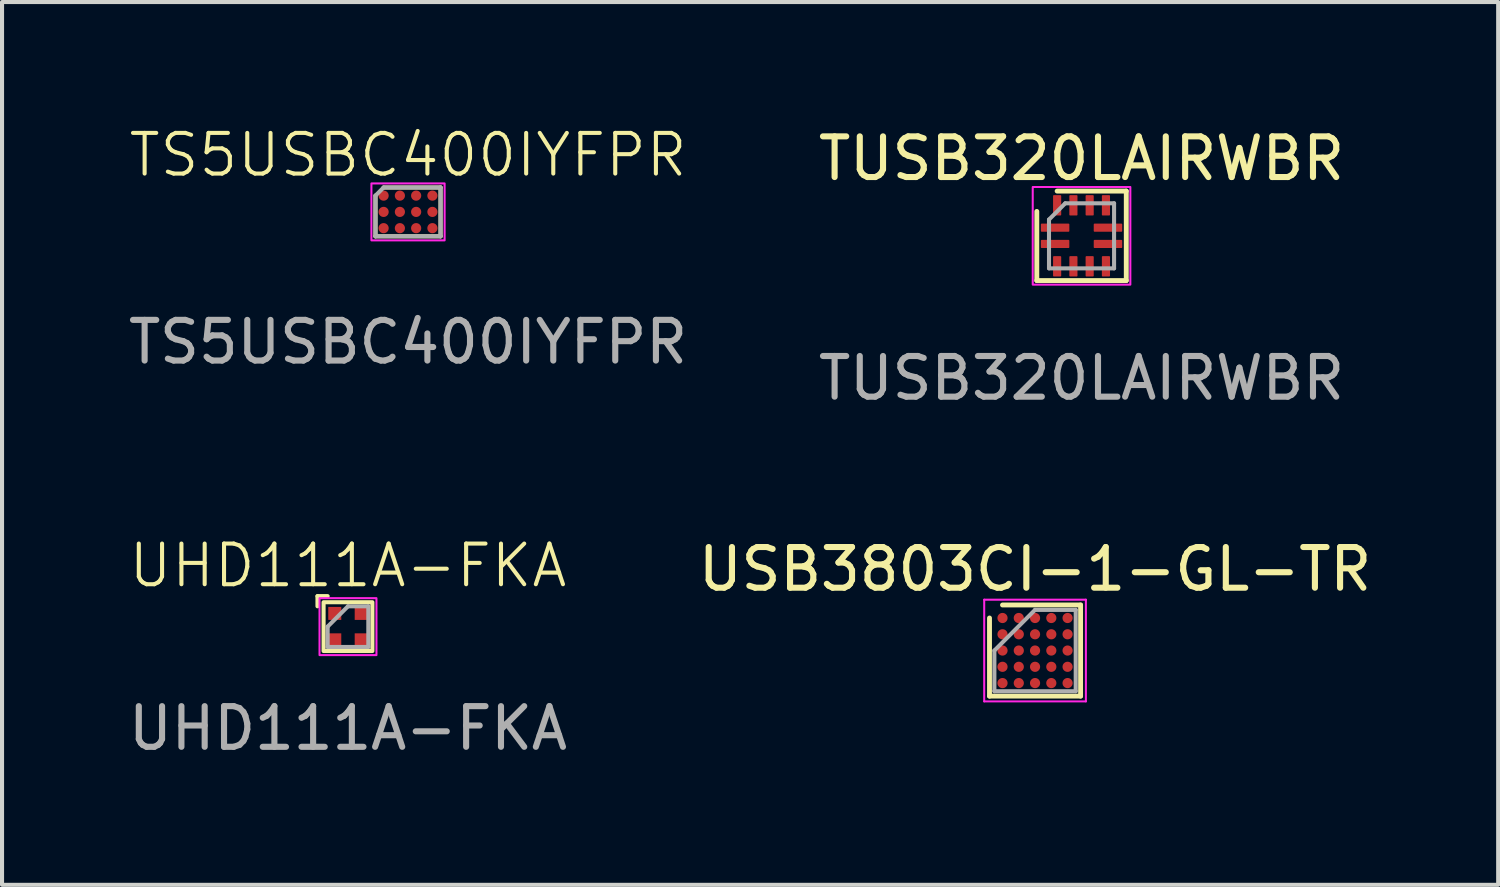
<source format=kicad_pcb>
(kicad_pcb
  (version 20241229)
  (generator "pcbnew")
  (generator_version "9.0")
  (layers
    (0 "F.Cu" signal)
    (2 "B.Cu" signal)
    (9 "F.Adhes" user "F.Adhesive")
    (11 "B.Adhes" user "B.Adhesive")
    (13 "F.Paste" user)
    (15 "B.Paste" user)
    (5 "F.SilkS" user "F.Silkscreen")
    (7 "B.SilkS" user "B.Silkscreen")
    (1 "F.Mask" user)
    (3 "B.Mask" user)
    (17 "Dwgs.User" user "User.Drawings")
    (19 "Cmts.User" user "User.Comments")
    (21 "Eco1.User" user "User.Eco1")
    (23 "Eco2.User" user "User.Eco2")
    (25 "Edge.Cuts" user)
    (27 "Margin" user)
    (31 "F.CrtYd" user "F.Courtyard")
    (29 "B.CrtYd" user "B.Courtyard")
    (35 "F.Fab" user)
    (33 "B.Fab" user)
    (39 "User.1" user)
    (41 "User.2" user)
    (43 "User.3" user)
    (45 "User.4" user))
  (footprint "TUSB320LAIRWBR"
    (layer "F.Cu")
    (at 23.542 2.748)
    (property "Reference" "TUSB320LAIRWBR" (at 0 -1.9 0) (unlocked yes) (layer "F.SilkS") (effects (font (size 1 1) (thickness 0.15))))
    (attr smd)
    (fp_line (start -1.1 -0.6) (end -1.1 1.1) (stroke (width 0.12) (type solid)) (layer "F.SilkS"))
    (fp_line (start -1.1 1.1) (end 1.1 1.1) (stroke (width 0.12) (type solid)) (layer "F.SilkS"))
    (fp_line (start 1.1 -1.1) (end -0.6 -1.1) (stroke (width 0.12) (type solid)) (layer "F.SilkS"))
    (fp_line (start 1.1 1.1) (end 1.1 -1.1) (stroke (width 0.12) (type solid)) (layer "F.SilkS"))
    (fp_rect (start -1.2 -1.2) (end 1.2 1.2) (stroke (width 0.05) (type solid)) (fill no) (layer "F.CrtYd"))
    (fp_line (start -0.8 -0.4) (end -0.8 0.8) (stroke (width 0.1) (type solid)) (layer "F.Fab"))
    (fp_line (start -0.8 0.8) (end 0.8 0.8) (stroke (width 0.1) (type solid)) (layer "F.Fab"))
    (fp_line (start -0.4 -0.8) (end -0.8 -0.4) (stroke (width 0.1) (type solid)) (layer "F.Fab"))
    (fp_line (start 0.8 -0.8) (end -0.4 -0.8) (stroke (width 0.1) (type solid)) (layer "F.Fab"))
    (fp_line (start 0.8 0.8) (end 0.8 -0.8) (stroke (width 0.1) (type solid)) (layer "F.Fab"))
    (fp_text user "${REFERENCE}" (at 0 3.5 0) (unlocked yes) (layer "F.Fab") (effects (font (size 1 1) (thickness 0.15))))
    (pad "1" smd roundrect (at -0.65 -0.2 180) (size 0.7 0.2) (layers "F.Cu" "F.Mask" "F.Paste") (roundrect_rratio 0.1))
    (pad "2" smd roundrect (at -0.65 0.2 180) (size 0.7 0.2) (layers "F.Cu" "F.Mask" "F.Paste") (roundrect_rratio 0.1))
    (pad "3" smd roundrect (at -0.6 0.75 180) (size 0.2 0.5) (layers "F.Cu" "F.Mask" "F.Paste") (roundrect_rratio 0.1))
    (pad "4" smd roundrect (at -0.2 0.75 180) (size 0.2 0.5) (layers "F.Cu" "F.Mask" "F.Paste") (roundrect_rratio 0.1))
    (pad "5" smd roundrect (at 0.2 0.75 180) (size 0.2 0.5) (layers "F.Cu" "F.Mask" "F.Paste") (roundrect_rratio 0.1))
    (pad "6" smd roundrect (at 0.6 0.75 180) (size 0.2 0.5) (layers "F.Cu" "F.Mask" "F.Paste") (roundrect_rratio 0.1))
    (pad "7" smd roundrect (at 0.65 0.2 180) (size 0.7 0.2) (layers "F.Cu" "F.Mask" "F.Paste") (roundrect_rratio 0.1))
    (pad "8" smd roundrect (at 0.65 -0.2 180) (size 0.7 0.2) (layers "F.Cu" "F.Mask" "F.Paste") (roundrect_rratio 0.1))
    (pad "9" smd roundrect (at 0.6 -0.75 180) (size 0.2 0.5) (layers "F.Cu" "F.Mask" "F.Paste") (roundrect_rratio 0.1))
    (pad "10" smd roundrect (at 0.2 -0.75 180) (size 0.2 0.5) (layers "F.Cu" "F.Mask" "F.Paste") (roundrect_rratio 0.1))
    (pad "11" smd roundrect (at -0.2 -0.75 180) (size 0.2 0.5) (layers "F.Cu" "F.Mask" "F.Paste") (roundrect_rratio 0.1))
    (pad "12" smd roundrect (at -0.6 -0.75 180) (size 0.2 0.5) (layers "F.Cu" "F.Mask" "F.Paste") (roundrect_rratio 0.1)))
  (footprint "TS5USBC400IYFPR"
    (layer "F.Cu")
    (at 6.982 2.16)
    (property "Reference" "TS5USBC400IYFPR" (at 0 -1.4 0) (unlocked yes) (layer "F.SilkS") (effects (font (size 1 1) (thickness 0.1))))
    (attr smd)
    (fp_line (start -0.8 0.6) (end -0.8 -0.4) (stroke (width 0.1) (type default)) (layer "F.SilkS"))
    (fp_line (start -0.6 -0.6) (end 0.8 -0.6) (stroke (width 0.1) (type default)) (layer "F.SilkS"))
    (fp_line (start 0.8 -0.6) (end 0.8 0.6) (stroke (width 0.1) (type default)) (layer "F.SilkS"))
    (fp_line (start 0.8 0.6) (end -0.8 0.6) (stroke (width 0.1) (type default)) (layer "F.SilkS"))
    (fp_rect (start -0.9 -0.7) (end 0.9 0.7) (stroke (width 0.05) (type default)) (fill no) (layer "F.CrtYd"))
    (fp_line (start -0.8 -0.4) (end -0.6 -0.6) (stroke (width 0.1) (type default)) (layer "F.Fab"))
    (fp_line (start -0.8 0.6) (end -0.8 -0.4) (stroke (width 0.1) (type default)) (layer "F.Fab"))
    (fp_line (start -0.6 -0.6) (end 0.8 -0.6) (stroke (width 0.1) (type default)) (layer "F.Fab"))
    (fp_line (start 0.8 -0.6) (end 0.8 0.6) (stroke (width 0.1) (type default)) (layer "F.Fab"))
    (fp_line (start 0.8 0.6) (end -0.8 0.6) (stroke (width 0.1) (type default)) (layer "F.Fab"))
    (fp_text user "${REFERENCE}" (at 0 3.2 0) (unlocked yes) (layer "F.Fab") (effects (font (size 1 1) (thickness 0.15))))
    (pad "A1" smd circle (at -0.6 -0.4 90) (size 0.25 0.25) (layers "F.Cu" "F.Mask" "F.Paste"))
    (pad "A2" smd circle (at -0.2 -0.4 90) (size 0.25 0.25) (layers "F.Cu" "F.Mask" "F.Paste"))
    (pad "A3" smd circle (at 0.2 -0.4 90) (size 0.25 0.25) (layers "F.Cu" "F.Mask" "F.Paste"))
    (pad "A4" smd circle (at 0.6 -0.4 90) (size 0.25 0.25) (layers "F.Cu" "F.Mask" "F.Paste"))
    (pad "B1" smd circle (at -0.6 0 90) (size 0.25 0.25) (layers "F.Cu" "F.Mask" "F.Paste"))
    (pad "B2" smd circle (at -0.2 0 90) (size 0.25 0.25) (layers "F.Cu" "F.Mask" "F.Paste"))
    (pad "B3" smd circle (at 0.2 0 90) (size 0.25 0.25) (layers "F.Cu" "F.Mask" "F.Paste"))
    (pad "B4" smd circle (at 0.6 0 90) (size 0.25 0.25) (layers "F.Cu" "F.Mask" "F.Paste"))
    (pad "C1" smd circle (at -0.6 0.4 90) (size 0.25 0.25) (layers "F.Cu" "F.Mask" "F.Paste"))
    (pad "C2" smd circle (at -0.2 0.4 90) (size 0.25 0.25) (layers "F.Cu" "F.Mask" "F.Paste"))
    (pad "C3" smd circle (at 0.2 0.4 90) (size 0.25 0.25) (layers "F.Cu" "F.Mask" "F.Paste"))
    (pad "C4" smd circle (at 0.6 0.4 90) (size 0.25 0.25) (layers "F.Cu" "F.Mask" "F.Paste")))
  (footprint "USB3803CI-1-GL-TR"
    (layer "F.Cu")
    (at 22.399 12.945)
    (property "Reference" "USB3803CI-1-GL-TR" (at 0 -2 0) (layer "F.SilkS") (effects (font (size 1 1) (thickness 0.15))))
    (attr smd)
    (fp_line (start -1.12 1.12) (end -1.12 -0.8) (stroke (width 0.12) (type solid)) (layer "F.SilkS"))
    (fp_line (start -0.8 -1.12) (end 1.12 -1.12) (stroke (width 0.12) (type solid)) (layer "F.SilkS"))
    (fp_line (start 1.12 1.12) (end -1.12 1.12) (stroke (width 0.12) (type solid)) (layer "F.SilkS"))
    (fp_line (start 1.12 1.12) (end 1.12 -1.12) (stroke (width 0.12) (type solid)) (layer "F.SilkS"))
    (fp_line (start -1.25 -1.25) (end 1.25 -1.25) (stroke (width 0.05) (type solid)) (layer "F.CrtYd"))
    (fp_line (start -1.25 1.25) (end -1.25 -1.25) (stroke (width 0.05) (type solid)) (layer "F.CrtYd"))
    (fp_line (start 1.25 -1.25) (end 1.25 1.25) (stroke (width 0.05) (type solid)) (layer "F.CrtYd"))
    (fp_line (start 1.25 1.25) (end -1.25 1.25) (stroke (width 0.05) (type solid)) (layer "F.CrtYd"))
    (fp_line (start -1 0) (end -1 1) (stroke (width 0.1) (type solid)) (layer "F.Fab"))
    (fp_line (start -1 1) (end 1 1) (stroke (width 0.1) (type solid)) (layer "F.Fab"))
    (fp_line (start 0 -1) (end -1 0) (stroke (width 0.1) (type solid)) (layer "F.Fab"))
    (fp_line (start 1 -1) (end 0 -1) (stroke (width 0.1) (type solid)) (layer "F.Fab"))
    (fp_line (start 1 1) (end 1 -1) (stroke (width 0.1) (type solid)) (layer "F.Fab"))
    (pad "A1" smd circle (at -0.8 -0.8) (size 0.25 0.25) (layers "F.Cu" "F.Mask" "F.Paste"))
    (pad "A2" smd circle (at -0.4 -0.8) (size 0.25 0.25) (layers "F.Cu" "F.Mask" "F.Paste"))
    (pad "A3" smd circle (at 0 -0.8) (size 0.25 0.25) (layers "F.Cu" "F.Mask" "F.Paste"))
    (pad "A4" smd circle (at 0.4 -0.8) (size 0.25 0.25) (layers "F.Cu" "F.Mask" "F.Paste"))
    (pad "A5" smd circle (at 0.8 -0.8) (size 0.25 0.25) (layers "F.Cu" "F.Mask" "F.Paste"))
    (pad "B1" smd circle (at -0.8 -0.4) (size 0.25 0.25) (layers "F.Cu" "F.Mask" "F.Paste"))
    (pad "B2" smd circle (at -0.4 -0.4) (size 0.25 0.25) (layers "F.Cu" "F.Mask" "F.Paste"))
    (pad "B3" smd circle (at 0 -0.4) (size 0.25 0.25) (layers "F.Cu" "F.Mask" "F.Paste"))
    (pad "B4" smd circle (at 0.4 -0.4) (size 0.25 0.25) (layers "F.Cu" "F.Mask" "F.Paste"))
    (pad "B5" smd circle (at 0.8 -0.4) (size 0.25 0.25) (layers "F.Cu" "F.Mask" "F.Paste"))
    (pad "C1" smd circle (at -0.8 0) (size 0.25 0.25) (layers "F.Cu" "F.Mask" "F.Paste"))
    (pad "C2" smd circle (at -0.4 0) (size 0.25 0.25) (layers "F.Cu" "F.Mask" "F.Paste"))
    (pad "C3" smd circle (at 0 0) (size 0.25 0.25) (layers "F.Cu" "F.Mask" "F.Paste"))
    (pad "C4" smd circle (at 0.4 0) (size 0.25 0.25) (layers "F.Cu" "F.Mask" "F.Paste"))
    (pad "C5" smd circle (at 0.8 0) (size 0.25 0.25) (layers "F.Cu" "F.Mask" "F.Paste"))
    (pad "D1" smd circle (at -0.8 0.4) (size 0.25 0.25) (layers "F.Cu" "F.Mask" "F.Paste"))
    (pad "D2" smd circle (at -0.4 0.4) (size 0.25 0.25) (layers "F.Cu" "F.Mask" "F.Paste"))
    (pad "D3" smd circle (at 0 0.4) (size 0.25 0.25) (layers "F.Cu" "F.Mask" "F.Paste"))
    (pad "D4" smd circle (at 0.4 0.4) (size 0.25 0.25) (layers "F.Cu" "F.Mask" "F.Paste"))
    (pad "D5" smd circle (at 0.8 0.4) (size 0.25 0.25) (layers "F.Cu" "F.Mask" "F.Paste"))
    (pad "E1" smd circle (at -0.8 0.8) (size 0.25 0.25) (layers "F.Cu" "F.Mask" "F.Paste"))
    (pad "E2" smd circle (at -0.4 0.8) (size 0.25 0.25) (layers "F.Cu" "F.Mask" "F.Paste"))
    (pad "E3" smd circle (at 0 0.8) (size 0.25 0.25) (layers "F.Cu" "F.Mask" "F.Paste"))
    (pad "E4" smd circle (at 0.4 0.8) (size 0.25 0.25) (layers "F.Cu" "F.Mask" "F.Paste"))
    (pad "E5" smd circle (at 0.8 0.8) (size 0.25 0.25) (layers "F.Cu" "F.Mask" "F.Paste")))
  (footprint "UHD111A-FKA"
    (layer "F.Cu")
    (at 5.506 12.357)
    (property "Reference" "UHD111A-FKA" (at 0 -1.5 0) (unlocked yes) (layer "F.SilkS") (effects (font (size 1 1) (thickness 0.1))))
    (attr smd)
    (fp_line (start -0.75 -0.75) (end -0.75 -0.5) (stroke (width 0.1) (type default)) (layer "F.SilkS"))
    (fp_line (start -0.5 -0.75) (end -0.75 -0.75) (stroke (width 0.1) (type default)) (layer "F.SilkS"))
    (fp_rect (start -0.6 -0.6) (end 0.6 0.6) (stroke (width 0.1) (type default)) (fill no) (layer "F.SilkS"))
    (fp_rect (start -0.7 -0.7) (end 0.7 0.7) (stroke (width 0.05) (type default)) (fill no) (layer "F.CrtYd"))
    (fp_line (start -0.5 0.5) (end -0.5 0) (stroke (width 0.1) (type default)) (layer "F.Fab"))
    (fp_line (start 0 -0.5) (end -0.5 0) (stroke (width 0.1) (type default)) (layer "F.Fab"))
    (fp_line (start 0 -0.5) (end 0.5 -0.5) (stroke (width 0.1) (type default)) (layer "F.Fab"))
    (fp_line (start 0.5 -0.5) (end 0.5 0.5) (stroke (width 0.1) (type default)) (layer "F.Fab"))
    (fp_line (start 0.5 0.5) (end -0.5 0.5) (stroke (width 0.1) (type default)) (layer "F.Fab"))
    (fp_text user "${REFERENCE}" (at 0 2.5 0) (unlocked yes) (layer "F.Fab") (effects (font (size 1 1) (thickness 0.15))))
    (pad "1" smd rect (at -0.325 -0.325) (size 0.32 0.32) (layers "F.Cu" "F.Mask" "F.Paste"))
    (pad "2" smd rect (at -0.325 0.325) (size 0.32 0.32) (layers "F.Cu" "F.Mask" "F.Paste"))
    (pad "3" smd rect (at 0.325 0.325) (size 0.32 0.32) (layers "F.Cu" "F.Mask" "F.Paste"))
    (pad "4" smd rect (at 0.325 -0.325) (size 0.32 0.32) (layers "F.Cu" "F.Mask" "F.Paste")))
  (gr_rect
    (start -3 -3)
    (end 33.786 18.705)
    (stroke (width 0.1) (type default))
    (fill no)
    (layer "Edge.Cuts")))
</source>
